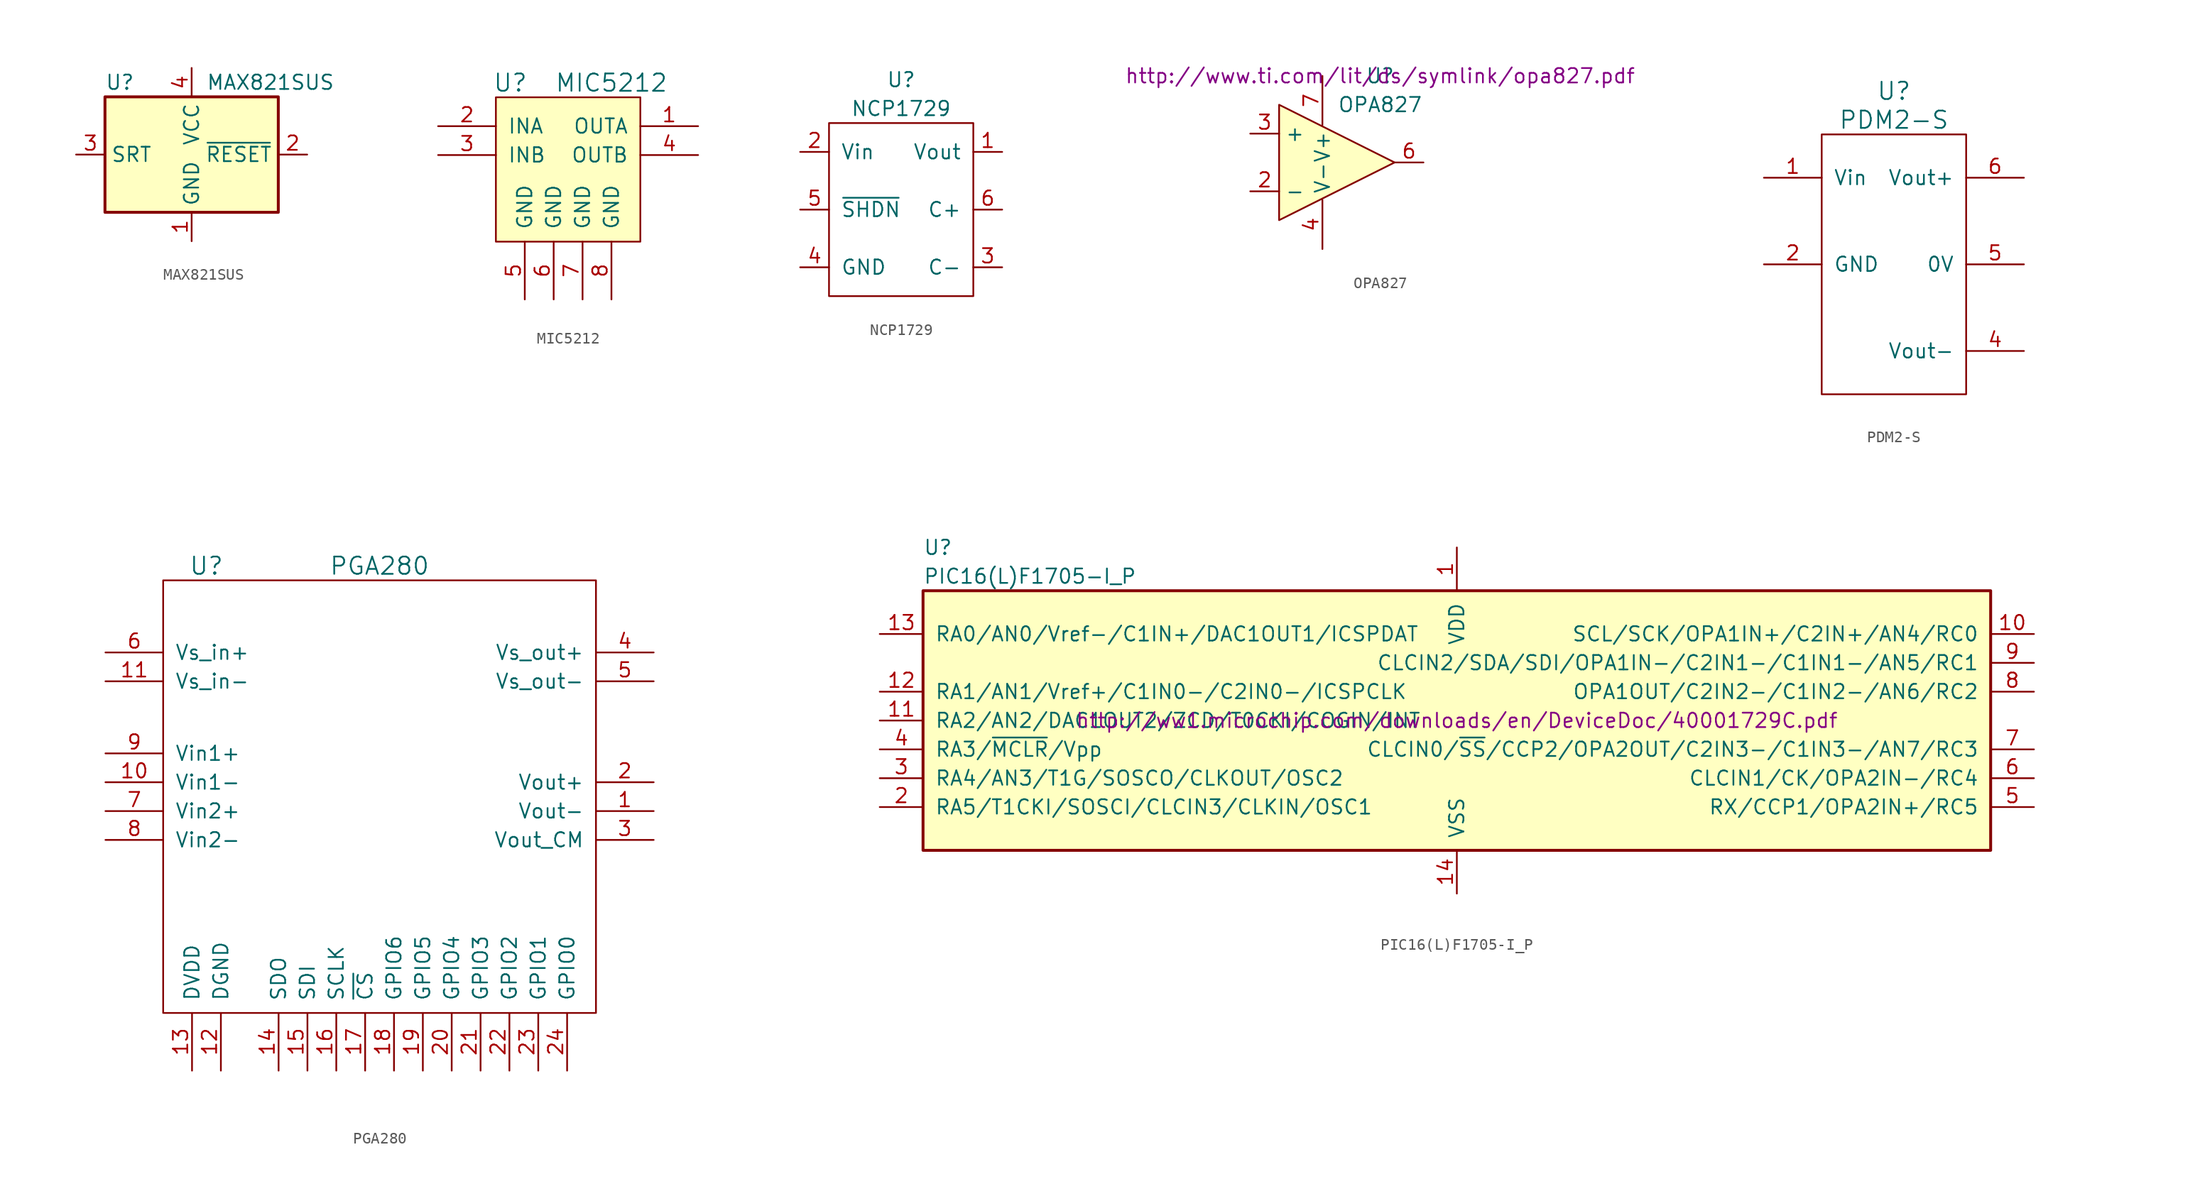
<source format=kicad_sym>
(kicad_symbol_lib
  (version 20241209)
  (generator "kicad_symbol_editor")
  (generator_version "9.0")
  (symbol "MAX821SUS"
    (property "Reference" "U"
      (at -7.62 6.35 0)
      (effects (font (size 1.27 1.27)) (justify left)))
    (property "Value" "MAX821SUS"
      (at 1.27 6.35 0)
      (effects (font (size 1.27 1.27)) (justify left)))
    (symbol "MAX821SUS_0_1"
      (rectangle (start -7.62 5.08) (end 7.62 -5.08) (stroke (width 0.254) (type default)) (fill (type background))))
    (symbol "MAX821SUS_1_1"
      (pin input line (at -10.16 0 0) (length 2.54) (name "SRT" (effects (font (size 1.27 1.27)))) (number "3" (effects (font (size 1.27 1.27)))))
      (pin power_in line (at 0 7.62 270) (length 2.54) (name "VCC" (effects (font (size 1.27 1.27)))) (number "4" (effects (font (size 1.27 1.27)))))
      (pin power_in line (at 0 -7.62 90) (length 2.54) (name "GND" (effects (font (size 1.27 1.27)))) (number "1" (effects (font (size 1.27 1.27)))))
      (pin output line (at 10.16 0 180) (length 2.54) (name "~{RESET}" (effects (font (size 1.27 1.27)))) (number "2" (effects (font (size 1.27 1.27)))))))
  (symbol "MIC5212"
    (pin_names
      (offset 1.016))
    (property "Reference" "U"
      (at -5.08 7.62 0)
      (effects (font (size 1.524 1.524))))
    (property "Value" "MIC5212"
      (at 3.81 7.62 0)
      (effects (font (size 1.524 1.524))))
    (symbol "MIC5212_0_1"
      (rectangle (start -6.35 6.35) (end 6.35 -6.35) (stroke (width 0) (type default)) (fill (type background))))
    (symbol "MIC5212_1_1"
      (pin power_in line (at -11.43 3.81 0) (length 5.08) (name "INA" (effects (font (size 1.27 1.27)))) (number "2" (effects (font (size 1.27 1.27)))))
      (pin power_in line (at -11.43 1.27 0) (length 5.08) (name "INB" (effects (font (size 1.27 1.27)))) (number "3" (effects (font (size 1.27 1.27)))))
      (pin power_in line (at -3.81 -11.43 90) (length 5.08) (name "GND" (effects (font (size 1.27 1.27)))) (number "5" (effects (font (size 1.27 1.27)))))
      (pin power_in line (at -1.27 -11.43 90) (length 5.08) (name "GND" (effects (font (size 1.27 1.27)))) (number "6" (effects (font (size 1.27 1.27)))))
      (pin power_in line (at 1.27 -11.43 90) (length 5.08) (name "GND" (effects (font (size 1.27 1.27)))) (number "7" (effects (font (size 1.27 1.27)))))
      (pin power_in line (at 3.81 -11.43 90) (length 5.08) (name "GND" (effects (font (size 1.27 1.27)))) (number "8" (effects (font (size 1.27 1.27)))))
      (pin power_out line (at 11.43 3.81 180) (length 5.08) (name "OUTA" (effects (font (size 1.27 1.27)))) (number "1" (effects (font (size 1.27 1.27)))))
      (pin power_out line (at 11.43 1.27 180) (length 5.08) (name "OUTB" (effects (font (size 1.27 1.27)))) (number "4" (effects (font (size 1.27 1.27)))))))
  (symbol "NCP1729"
    (pin_names
      (offset 1.016))
    (property "Reference" "U"
      (at 0 11.43 0)
      (effects (font (size 1.27 1.27))))
    (property "Value" "NCP1729"
      (at 0 8.89 0)
      (effects (font (size 1.27 1.27))))
    (symbol "NCP1729_0_1"
      (rectangle (start -6.35 7.62) (end 6.35 -7.62) (stroke (width 0) (type default)) (fill (type none))))
    (symbol "NCP1729_1_1"
      (pin power_in line (at -8.89 5.08 0) (length 2.54) (name "Vin" (effects (font (size 1.27 1.27)))) (number "2" (effects (font (size 1.27 1.27)))))
      (pin input line (at -8.89 0 0) (length 2.54) (name "~{SHDN}" (effects (font (size 1.27 1.27)))) (number "5" (effects (font (size 1.27 1.27)))))
      (pin power_in line (at -8.89 -5.08 0) (length 2.54) (name "GND" (effects (font (size 1.27 1.27)))) (number "4" (effects (font (size 1.27 1.27)))))
      (pin power_out line (at 8.89 5.08 180) (length 2.54) (name "Vout" (effects (font (size 1.27 1.27)))) (number "1" (effects (font (size 1.27 1.27)))))
      (pin passive line (at 8.89 0 180) (length 2.54) (name "C+" (effects (font (size 1.27 1.27)))) (number "6" (effects (font (size 1.27 1.27)))))
      (pin passive line (at 8.89 -5.08 180) (length 2.54) (name "C-" (effects (font (size 1.27 1.27)))) (number "3" (effects (font (size 1.27 1.27)))))))
  (symbol "OPA827"
    (property "Reference" "U"
      (at 3.81 7.62 0)
      (effects (font (size 1.27 1.27))))
    (property "Value" "OPA827"
      (at 3.81 5.08 0)
      (effects (font (size 1.27 1.27))))
    (property "Datasheet" "http://www.ti.com/lit/ds/symlink/opa827.pdf"
      (at 3.81 7.62 0)
      (effects (font (size 1.27 1.27))))
    (symbol "OPA827_0_1"
      (polyline (pts (xy -5.08 5.08) (xy 5.08 0) (xy -5.08 -5.08) (xy -5.08 5.08)) (stroke (width 0) (type default)) (fill (type background))))
    (symbol "OPA827_1_1"
      (pin input line (at -7.62 2.54 0) (length 2.54) (name "+" (effects (font (size 1.27 1.27)))) (number "3" (effects (font (size 1.27 1.27)))))
      (pin input line (at -7.62 -2.54 0) (length 2.54) (name "-" (effects (font (size 1.27 1.27)))) (number "2" (effects (font (size 1.27 1.27)))))
      (pin input line (at -1.27 7.62 270) (length 4.318) (name "V+" (effects (font (size 1.27 1.27)))) (number "7" (effects (font (size 1.27 1.27)))))
      (pin input line (at -1.27 -7.62 90) (length 4.318) (name "V-" (effects (font (size 1.27 1.27)))) (number "4" (effects (font (size 1.27 1.27)))))
      (pin output line (at 7.62 0 180) (length 2.54) (name "~" (effects (font (size 1.27 1.27)))) (number "6" (effects (font (size 1.27 1.27)))))))
  (symbol "PDM2-S"
    (pin_names
      (offset 1.016))
    (property "Reference" "U"
      (at 0 15.24 0)
      (effects (font (size 1.524 1.524))))
    (property "Value" "PDM2-S"
      (at 0 12.7 0)
      (effects (font (size 1.524 1.524))))
    (symbol "PDM2-S_0_1"
      (rectangle (start -6.35 11.43) (end 6.35 -11.43) (stroke (width 0) (type default)) (fill (type none))))
    (symbol "PDM2-S_1_1"
      (pin power_in line (at -11.43 7.62 0) (length 5.08) (name "Vin" (effects (font (size 1.27 1.27)))) (number "1" (effects (font (size 1.27 1.27)))))
      (pin power_in line (at -11.43 0 0) (length 5.08) (name "GND" (effects (font (size 1.27 1.27)))) (number "2" (effects (font (size 1.27 1.27)))))
      (pin power_out line (at 11.43 7.62 180) (length 5.08) (name "Vout+" (effects (font (size 1.27 1.27)))) (number "6" (effects (font (size 1.27 1.27)))))
      (pin power_out line (at 11.43 0 180) (length 5.08) (name "0V" (effects (font (size 1.27 1.27)))) (number "5" (effects (font (size 1.27 1.27)))))
      (pin power_out line (at 11.43 -7.62 180) (length 5.08) (name "Vout-" (effects (font (size 1.27 1.27)))) (number "4" (effects (font (size 1.27 1.27)))))))
  (symbol "PGA280"
    (pin_names
      (offset 1.016))
    (property "Reference" "U"
      (at -15.24 20.32 0)
      (effects (font (size 1.524 1.524))))
    (property "Value" "PGA280"
      (at 0 20.32 0)
      (effects (font (size 1.524 1.524))))
    (symbol "PGA280_0_1"
      (rectangle (start -19.05 19.05) (end 19.05 -19.05) (stroke (width 0) (type default)) (fill (type none))))
    (symbol "PGA280_1_1"
      (pin power_in line (at -24.13 12.7 0) (length 5.08) (name "Vs_in+" (effects (font (size 1.27 1.27)))) (number "6" (effects (font (size 1.27 1.27)))))
      (pin power_in line (at -24.13 10.16 0) (length 5.08) (name "Vs_in-" (effects (font (size 1.27 1.27)))) (number "11" (effects (font (size 1.27 1.27)))))
      (pin input line (at -24.13 3.81 0) (length 5.08) (name "Vin1+" (effects (font (size 1.27 1.27)))) (number "9" (effects (font (size 1.27 1.27)))))
      (pin input line (at -24.13 1.27 0) (length 5.08) (name "Vin1-" (effects (font (size 1.27 1.27)))) (number "10" (effects (font (size 1.27 1.27)))))
      (pin input line (at -24.13 -1.27 0) (length 5.08) (name "Vin2+" (effects (font (size 1.27 1.27)))) (number "7" (effects (font (size 1.27 1.27)))))
      (pin input line (at -24.13 -3.81 0) (length 5.08) (name "Vin2-" (effects (font (size 1.27 1.27)))) (number "8" (effects (font (size 1.27 1.27)))))
      (pin power_in line (at -16.51 -24.13 90) (length 5.08) (name "DVDD" (effects (font (size 1.27 1.27)))) (number "13" (effects (font (size 1.27 1.27)))))
      (pin power_in line (at -13.97 -24.13 90) (length 5.08) (name "DGND" (effects (font (size 1.27 1.27)))) (number "12" (effects (font (size 1.27 1.27)))))
      (pin output line (at -8.89 -24.13 90) (length 5.08) (name "SDO" (effects (font (size 1.27 1.27)))) (number "14" (effects (font (size 1.27 1.27)))))
      (pin input line (at -6.35 -24.13 90) (length 5.08) (name "SDI" (effects (font (size 1.27 1.27)))) (number "15" (effects (font (size 1.27 1.27)))))
      (pin input line (at -3.81 -24.13 90) (length 5.08) (name "SCLK" (effects (font (size 1.27 1.27)))) (number "16" (effects (font (size 1.27 1.27)))))
      (pin input line (at -1.27 -24.13 90) (length 5.08) (name "~{CS}" (effects (font (size 1.27 1.27)))) (number "17" (effects (font (size 1.27 1.27)))))
      (pin bidirectional line (at 1.27 -24.13 90) (length 5.08) (name "GPIO6" (effects (font (size 1.27 1.27)))) (number "18" (effects (font (size 1.27 1.27)))))
      (pin bidirectional line (at 3.81 -24.13 90) (length 5.08) (name "GPIO5" (effects (font (size 1.27 1.27)))) (number "19" (effects (font (size 1.27 1.27)))))
      (pin bidirectional line (at 6.35 -24.13 90) (length 5.08) (name "GPIO4" (effects (font (size 1.27 1.27)))) (number "20" (effects (font (size 1.27 1.27)))))
      (pin bidirectional line (at 8.89 -24.13 90) (length 5.08) (name "GPIO3" (effects (font (size 1.27 1.27)))) (number "21" (effects (font (size 1.27 1.27)))))
      (pin bidirectional line (at 11.43 -24.13 90) (length 5.08) (name "GPIO2" (effects (font (size 1.27 1.27)))) (number "22" (effects (font (size 1.27 1.27)))))
      (pin bidirectional line (at 13.97 -24.13 90) (length 5.08) (name "GPIO1" (effects (font (size 1.27 1.27)))) (number "23" (effects (font (size 1.27 1.27)))))
      (pin bidirectional line (at 16.51 -24.13 90) (length 5.08) (name "GPIO0" (effects (font (size 1.27 1.27)))) (number "24" (effects (font (size 1.27 1.27)))))
      (pin power_in line (at 24.13 12.7 180) (length 5.08) (name "Vs_out+" (effects (font (size 1.27 1.27)))) (number "4" (effects (font (size 1.27 1.27)))))
      (pin power_in line (at 24.13 10.16 180) (length 5.08) (name "Vs_out-" (effects (font (size 1.27 1.27)))) (number "5" (effects (font (size 1.27 1.27)))))
      (pin output line (at 24.13 1.27 180) (length 5.08) (name "Vout+" (effects (font (size 1.27 1.27)))) (number "2" (effects (font (size 1.27 1.27)))))
      (pin output line (at 24.13 -1.27 180) (length 5.08) (name "Vout-" (effects (font (size 1.27 1.27)))) (number "1" (effects (font (size 1.27 1.27)))))
      (pin output line (at 24.13 -3.81 180) (length 5.08) (name "Vout_CM" (effects (font (size 1.27 1.27)))) (number "3" (effects (font (size 1.27 1.27)))))))
  (symbol "PIC16(L)F1705-I_P"
    (pin_names
      (offset 1.016))
    (property "Reference" "U"
      (at -46.99 15.24 0)
      (effects (font (size 1.27 1.27)) (justify left)))
    (property "Value" "PIC16(L)F1705-I_P"
      (at -46.99 12.7 0)
      (effects (font (size 1.27 1.27)) (justify left)))
    (property "Footprint" ""
      (at 0 0 0)
      (effects (font (size 1.27 1.27))))
    (property "Datasheet" "http://ww1.microchip.com/downloads/en/DeviceDoc/40001729C.pdf"
      (at 0 0 0)
      (effects (font (size 1.27 1.27))))
    (symbol "PIC16(L)F1705-I_P_0_1"
      (rectangle (start -46.99 11.43) (end 46.99 -11.43) (stroke (width 0.254) (type default)) (fill (type background))))
    (symbol "PIC16(L)F1705-I_P_1_1"
      (pin bidirectional line (at -50.8 7.62 0) (length 3.81) (name "RA0/AN0/Vref-/C1IN+/DAC1OUT1/ICSPDAT" (effects (font (size 1.27 1.27)))) (number "13" (effects (font (size 1.27 1.27)))))
      (pin bidirectional line (at -50.8 2.54 0) (length 3.81) (name "RA1/AN1/Vref+/C1IN0-/C2IN0-/ICSPCLK" (effects (font (size 1.27 1.27)))) (number "12" (effects (font (size 1.27 1.27)))))
      (pin bidirectional line (at -50.8 0 0) (length 3.81) (name "RA2/AN2/DAC1OUT2/ZCD/T0CKI/COGIN/INT" (effects (font (size 1.27 1.27)))) (number "11" (effects (font (size 1.27 1.27)))))
      (pin input line (at -50.8 -2.54 0) (length 3.81) (name "RA3/~{MCLR}/Vpp" (effects (font (size 1.27 1.27)))) (number "4" (effects (font (size 1.27 1.27)))))
      (pin bidirectional line (at -50.8 -5.08 0) (length 3.81) (name "RA4/AN3/T1G/SOSCO/CLKOUT/OSC2" (effects (font (size 1.27 1.27)))) (number "3" (effects (font (size 1.27 1.27)))))
      (pin bidirectional line (at -50.8 -7.62 0) (length 3.81) (name "RA5/T1CKI/SOSCI/CLCIN3/CLKIN/OSC1" (effects (font (size 1.27 1.27)))) (number "2" (effects (font (size 1.27 1.27)))))
      (pin power_in line (at 0 15.24 270) (length 3.81) (name "VDD" (effects (font (size 1.27 1.27)))) (number "1" (effects (font (size 1.27 1.27)))))
      (pin power_in line (at 0 -15.24 90) (length 3.81) (name "VSS" (effects (font (size 1.27 1.27)))) (number "14" (effects (font (size 1.27 1.27)))))
      (pin bidirectional line (at 50.8 7.62 180) (length 3.81) (name "SCL/SCK/OPA1IN+/C2IN+/AN4/RC0" (effects (font (size 1.27 1.27)))) (number "10" (effects (font (size 1.27 1.27)))))
      (pin bidirectional line (at 50.8 5.08 180) (length 3.81) (name "CLCIN2/SDA/SDI/OPA1IN-/C2IN1-/C1IN1-/AN5/RC1" (effects (font (size 1.27 1.27)))) (number "9" (effects (font (size 1.27 1.27)))))
      (pin bidirectional line (at 50.8 2.54 180) (length 3.81) (name "OPA1OUT/C2IN2-/C1IN2-/AN6/RC2" (effects (font (size 1.27 1.27)))) (number "8" (effects (font (size 1.27 1.27)))))
      (pin bidirectional line (at 50.8 -2.54 180) (length 3.81) (name "CLCIN0/~{SS}/CCP2/OPA2OUT/C2IN3-/C1IN3-/AN7/RC3" (effects (font (size 1.27 1.27)))) (number "7" (effects (font (size 1.27 1.27)))))
      (pin bidirectional line (at 50.8 -5.08 180) (length 3.81) (name "CLCIN1/CK/OPA2IN-/RC4" (effects (font (size 1.27 1.27)))) (number "6" (effects (font (size 1.27 1.27)))))
      (pin bidirectional line (at 50.8 -7.62 180) (length 3.81) (name "RX/CCP1/OPA2IN+/RC5" (effects (font (size 1.27 1.27)))) (number "5" (effects (font (size 1.27 1.27))))))))
</source>
